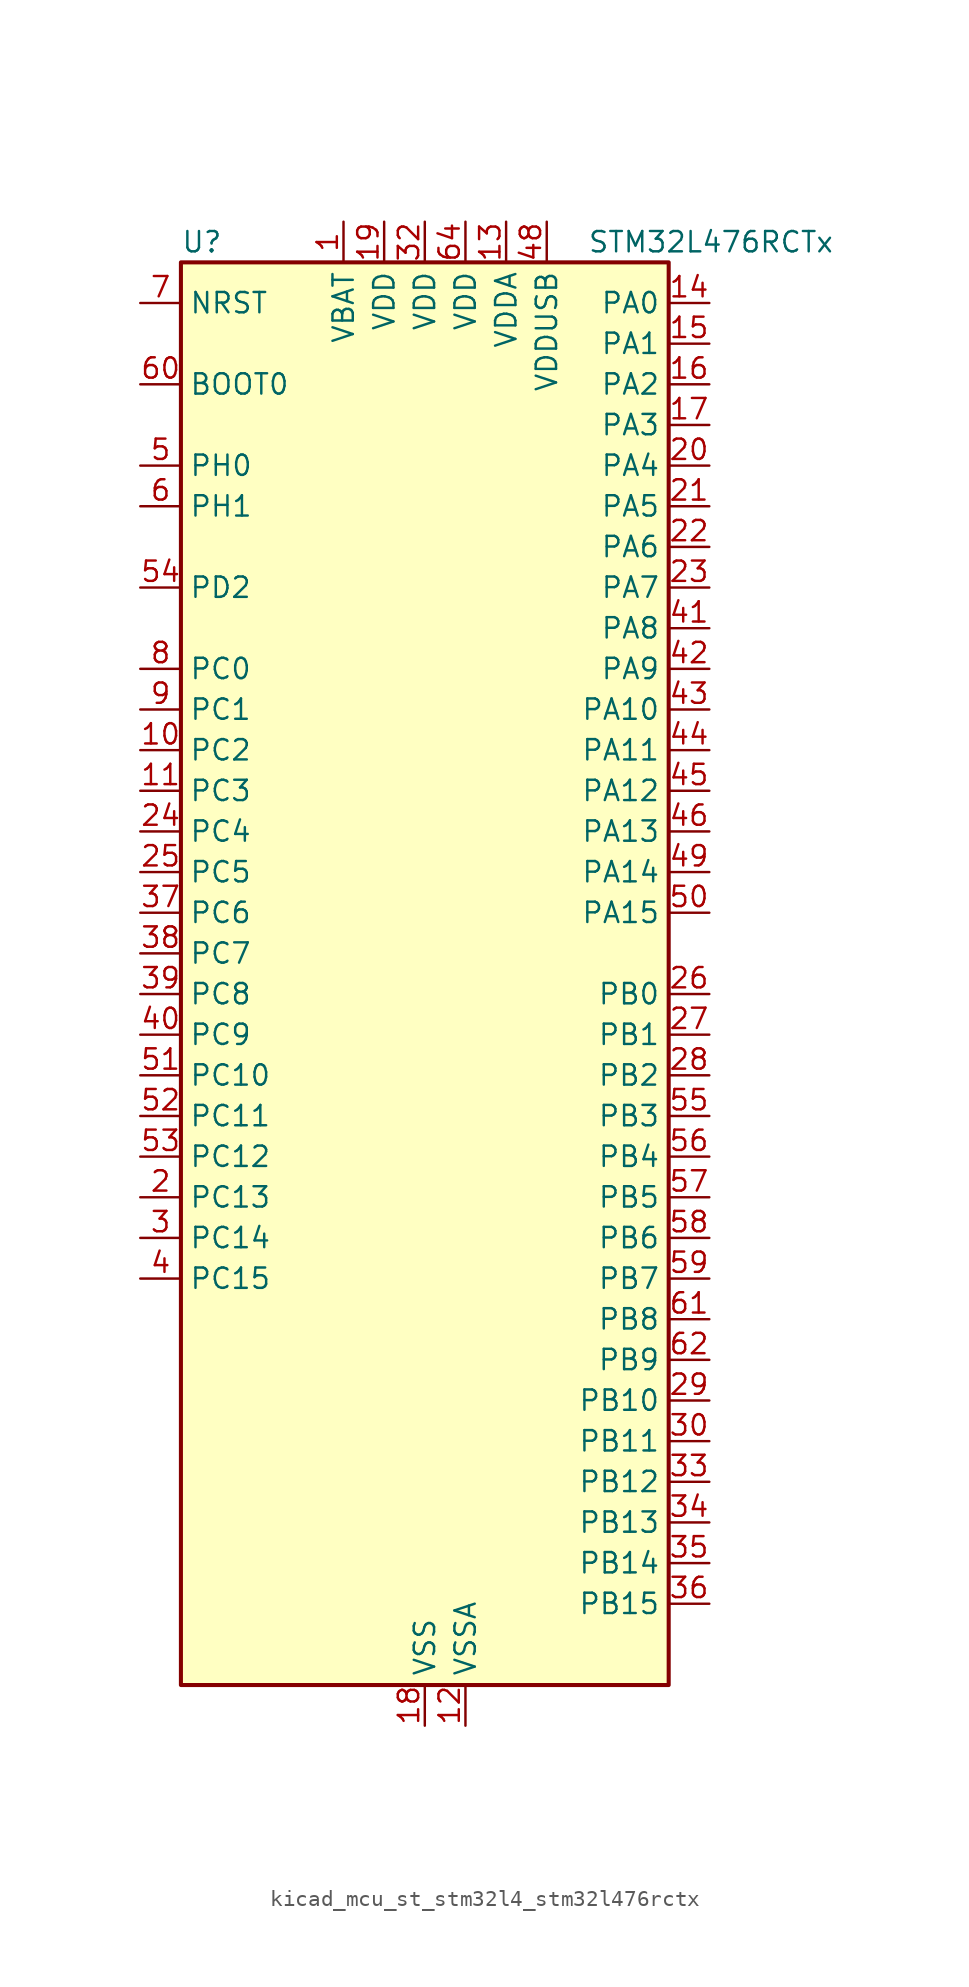
<source format=kicad_sym>
(kicad_symbol_lib
  (version 20220914)
  (generator kicad_symbol_editor)
  (symbol "kicad_mcu_st_stm32l4_stm32l476rctx"
    (property "Reference" "U"
      (at -15.24 46.99 0)
      (effects (font (size 1.27 1.27)) (justify left)))
    (property "Value" "STM32L476RCTx"
      (at 10.16 46.99 0)
      (effects (font (size 1.27 1.27)) (justify left)))
    (property "ki_locked" ""
      (at 0 0 0)
      (effects (font (size 1.27 1.27))))
    (symbol "kicad_mcu_st_stm32l4_stm32l476rctx_0_1"
      (rectangle (start -15.24 -43.18) (end 15.24 45.72) (stroke (width 0.254) (type default)) (fill (type background))))
    (symbol "kicad_mcu_st_stm32l4_stm32l476rctx_1_1"
      (pin power_in line (at -5.08 48.26 270) (length 2.54) (name "VBAT" (effects (font (size 1.27 1.27)))) (number "1" (effects (font (size 1.27 1.27)))))
      (pin bidirectional line (at -17.78 15.24 0) (length 2.54) (name "PC2" (effects (font (size 1.27 1.27)))) (number "10" (effects (font (size 1.27 1.27)))) (alternate "ADC1_IN3" bidirectional line) (alternate "ADC2_IN3" bidirectional line) (alternate "ADC3_IN3" bidirectional line) (alternate "DFSDM1_CKOUT" bidirectional line) (alternate "LCD_SEG20" bidirectional line) (alternate "LPTIM1_IN2" bidirectional line) (alternate "SPI2_MISO" bidirectional line))
      (pin bidirectional line (at -17.78 12.7 0) (length 2.54) (name "PC3" (effects (font (size 1.27 1.27)))) (number "11" (effects (font (size 1.27 1.27)))) (alternate "ADC1_IN4" bidirectional line) (alternate "ADC2_IN4" bidirectional line) (alternate "ADC3_IN4" bidirectional line) (alternate "LCD_VLCD" bidirectional line) (alternate "LPTIM1_ETR" bidirectional line) (alternate "LPTIM2_ETR" bidirectional line) (alternate "SAI1_SD_A" bidirectional line) (alternate "SPI2_MOSI" bidirectional line))
      (pin power_in line (at 2.54 -45.72 90) (length 2.54) (name "VSSA" (effects (font (size 1.27 1.27)))) (number "12" (effects (font (size 1.27 1.27)))))
      (pin power_in line (at 5.08 48.26 270) (length 2.54) (name "VDDA" (effects (font (size 1.27 1.27)))) (number "13" (effects (font (size 1.27 1.27)))))
      (pin bidirectional line (at 17.78 43.18 180) (length 2.54) (name "PA0" (effects (font (size 1.27 1.27)))) (number "14" (effects (font (size 1.27 1.27)))) (alternate "ADC1_IN5" bidirectional line) (alternate "ADC2_IN5" bidirectional line) (alternate "OPAMP1_VINP" bidirectional line) (alternate "RTC_TAMP2" bidirectional line) (alternate "SAI1_EXTCLK" bidirectional line) (alternate "SYS_WKUP1" bidirectional line) (alternate "TIM2_CH1" bidirectional line) (alternate "TIM2_ETR" bidirectional line) (alternate "TIM5_CH1" bidirectional line) (alternate "TIM8_ETR" bidirectional line) (alternate "UART4_TX" bidirectional line) (alternate "USART2_CTS" bidirectional line))
      (pin bidirectional line (at 17.78 40.64 180) (length 2.54) (name "PA1" (effects (font (size 1.27 1.27)))) (number "15" (effects (font (size 1.27 1.27)))) (alternate "ADC1_IN6" bidirectional line) (alternate "ADC2_IN6" bidirectional line) (alternate "LCD_SEG0" bidirectional line) (alternate "OPAMP1_VINM" bidirectional line) (alternate "TIM15_CH1N" bidirectional line) (alternate "TIM2_CH2" bidirectional line) (alternate "TIM5_CH2" bidirectional line) (alternate "UART4_RX" bidirectional line) (alternate "USART2_DE" bidirectional line) (alternate "USART2_RTS" bidirectional line))
      (pin bidirectional line (at 17.78 38.1 180) (length 2.54) (name "PA2" (effects (font (size 1.27 1.27)))) (number "16" (effects (font (size 1.27 1.27)))) (alternate "ADC1_IN7" bidirectional line) (alternate "ADC2_IN7" bidirectional line) (alternate "LCD_SEG1" bidirectional line) (alternate "RCC_LSCO" bidirectional line) (alternate "SAI2_EXTCLK" bidirectional line) (alternate "SYS_WKUP4" bidirectional line) (alternate "TIM15_CH1" bidirectional line) (alternate "TIM2_CH3" bidirectional line) (alternate "TIM5_CH3" bidirectional line) (alternate "USART2_TX" bidirectional line))
      (pin bidirectional line (at 17.78 35.56 180) (length 2.54) (name "PA3" (effects (font (size 1.27 1.27)))) (number "17" (effects (font (size 1.27 1.27)))) (alternate "ADC1_IN8" bidirectional line) (alternate "ADC2_IN8" bidirectional line) (alternate "LCD_SEG2" bidirectional line) (alternate "OPAMP1_VOUT" bidirectional line) (alternate "TIM15_CH2" bidirectional line) (alternate "TIM2_CH4" bidirectional line) (alternate "TIM5_CH4" bidirectional line) (alternate "USART2_RX" bidirectional line))
      (pin power_in line (at 0 -45.72 90) (length 2.54) (name "VSS" (effects (font (size 1.27 1.27)))) (number "18" (effects (font (size 1.27 1.27)))))
      (pin power_in line (at -2.54 48.26 270) (length 2.54) (name "VDD" (effects (font (size 1.27 1.27)))) (number "19" (effects (font (size 1.27 1.27)))))
      (pin bidirectional line (at -17.78 -12.7 0) (length 2.54) (name "PC13" (effects (font (size 1.27 1.27)))) (number "2" (effects (font (size 1.27 1.27)))) (alternate "RTC_OUT_ALARM" bidirectional line) (alternate "RTC_OUT_CALIB" bidirectional line) (alternate "RTC_TAMP1" bidirectional line) (alternate "RTC_TS" bidirectional line) (alternate "SYS_WKUP2" bidirectional line))
      (pin bidirectional line (at 17.78 33.02 180) (length 2.54) (name "PA4" (effects (font (size 1.27 1.27)))) (number "20" (effects (font (size 1.27 1.27)))) (alternate "ADC1_IN9" bidirectional line) (alternate "ADC2_IN9" bidirectional line) (alternate "DAC1_OUT1" bidirectional line) (alternate "LPTIM2_OUT" bidirectional line) (alternate "SAI1_FS_B" bidirectional line) (alternate "SPI1_NSS" bidirectional line) (alternate "SPI3_NSS" bidirectional line) (alternate "USART2_CK" bidirectional line))
      (pin bidirectional line (at 17.78 30.48 180) (length 2.54) (name "PA5" (effects (font (size 1.27 1.27)))) (number "21" (effects (font (size 1.27 1.27)))) (alternate "ADC1_IN10" bidirectional line) (alternate "ADC2_IN10" bidirectional line) (alternate "DAC1_OUT2" bidirectional line) (alternate "LPTIM2_ETR" bidirectional line) (alternate "SPI1_SCK" bidirectional line) (alternate "TIM2_CH1" bidirectional line) (alternate "TIM2_ETR" bidirectional line) (alternate "TIM8_CH1N" bidirectional line))
      (pin bidirectional line (at 17.78 27.94 180) (length 2.54) (name "PA6" (effects (font (size 1.27 1.27)))) (number "22" (effects (font (size 1.27 1.27)))) (alternate "ADC1_IN11" bidirectional line) (alternate "ADC2_IN11" bidirectional line) (alternate "LCD_SEG3" bidirectional line) (alternate "OPAMP2_VINP" bidirectional line) (alternate "QUADSPI_BK1_IO3" bidirectional line) (alternate "SPI1_MISO" bidirectional line) (alternate "TIM16_CH1" bidirectional line) (alternate "TIM1_BKIN" bidirectional line) (alternate "TIM1_BKIN_COMP2" bidirectional line) (alternate "TIM3_CH1" bidirectional line) (alternate "TIM8_BKIN" bidirectional line) (alternate "TIM8_BKIN_COMP2" bidirectional line) (alternate "USART3_CTS" bidirectional line))
      (pin bidirectional line (at 17.78 25.4 180) (length 2.54) (name "PA7" (effects (font (size 1.27 1.27)))) (number "23" (effects (font (size 1.27 1.27)))) (alternate "ADC1_IN12" bidirectional line) (alternate "ADC2_IN12" bidirectional line) (alternate "LCD_SEG4" bidirectional line) (alternate "OPAMP2_VINM" bidirectional line) (alternate "QUADSPI_BK1_IO2" bidirectional line) (alternate "SPI1_MOSI" bidirectional line) (alternate "TIM17_CH1" bidirectional line) (alternate "TIM1_CH1N" bidirectional line) (alternate "TIM3_CH2" bidirectional line) (alternate "TIM8_CH1N" bidirectional line))
      (pin bidirectional line (at -17.78 10.16 0) (length 2.54) (name "PC4" (effects (font (size 1.27 1.27)))) (number "24" (effects (font (size 1.27 1.27)))) (alternate "ADC1_IN13" bidirectional line) (alternate "ADC2_IN13" bidirectional line) (alternate "COMP1_INM" bidirectional line) (alternate "LCD_SEG22" bidirectional line) (alternate "USART3_TX" bidirectional line))
      (pin bidirectional line (at -17.78 7.62 0) (length 2.54) (name "PC5" (effects (font (size 1.27 1.27)))) (number "25" (effects (font (size 1.27 1.27)))) (alternate "ADC1_IN14" bidirectional line) (alternate "ADC2_IN14" bidirectional line) (alternate "COMP1_INP" bidirectional line) (alternate "LCD_SEG23" bidirectional line) (alternate "SYS_WKUP5" bidirectional line) (alternate "USART3_RX" bidirectional line))
      (pin bidirectional line (at 17.78 0 180) (length 2.54) (name "PB0" (effects (font (size 1.27 1.27)))) (number "26" (effects (font (size 1.27 1.27)))) (alternate "ADC1_IN15" bidirectional line) (alternate "ADC2_IN15" bidirectional line) (alternate "COMP1_OUT" bidirectional line) (alternate "LCD_SEG5" bidirectional line) (alternate "OPAMP2_VOUT" bidirectional line) (alternate "QUADSPI_BK1_IO1" bidirectional line) (alternate "TIM1_CH2N" bidirectional line) (alternate "TIM3_CH3" bidirectional line) (alternate "TIM8_CH2N" bidirectional line) (alternate "USART3_CK" bidirectional line))
      (pin bidirectional line (at 17.78 -2.54 180) (length 2.54) (name "PB1" (effects (font (size 1.27 1.27)))) (number "27" (effects (font (size 1.27 1.27)))) (alternate "ADC1_IN16" bidirectional line) (alternate "ADC2_IN16" bidirectional line) (alternate "COMP1_INM" bidirectional line) (alternate "DFSDM1_DATIN0" bidirectional line) (alternate "LCD_SEG6" bidirectional line) (alternate "LPTIM2_IN1" bidirectional line) (alternate "QUADSPI_BK1_IO0" bidirectional line) (alternate "TIM1_CH3N" bidirectional line) (alternate "TIM3_CH4" bidirectional line) (alternate "TIM8_CH3N" bidirectional line) (alternate "USART3_DE" bidirectional line) (alternate "USART3_RTS" bidirectional line))
      (pin bidirectional line (at 17.78 -5.08 180) (length 2.54) (name "PB2" (effects (font (size 1.27 1.27)))) (number "28" (effects (font (size 1.27 1.27)))) (alternate "COMP1_INP" bidirectional line) (alternate "DFSDM1_CKIN0" bidirectional line) (alternate "I2C3_SMBA" bidirectional line) (alternate "LPTIM1_OUT" bidirectional line) (alternate "RTC_OUT_ALARM" bidirectional line) (alternate "RTC_OUT_CALIB" bidirectional line))
      (pin bidirectional line (at 17.78 -25.4 180) (length 2.54) (name "PB10" (effects (font (size 1.27 1.27)))) (number "29" (effects (font (size 1.27 1.27)))) (alternate "COMP1_OUT" bidirectional line) (alternate "DFSDM1_DATIN7" bidirectional line) (alternate "I2C2_SCL" bidirectional line) (alternate "LCD_SEG10" bidirectional line) (alternate "LPUART1_RX" bidirectional line) (alternate "QUADSPI_CLK" bidirectional line) (alternate "SAI1_SCK_A" bidirectional line) (alternate "SPI2_SCK" bidirectional line) (alternate "TIM2_CH3" bidirectional line) (alternate "USART3_TX" bidirectional line))
      (pin bidirectional line (at -17.78 -15.24 0) (length 2.54) (name "PC14" (effects (font (size 1.27 1.27)))) (number "3" (effects (font (size 1.27 1.27)))) (alternate "RCC_OSC32_IN" bidirectional line))
      (pin bidirectional line (at 17.78 -27.94 180) (length 2.54) (name "PB11" (effects (font (size 1.27 1.27)))) (number "30" (effects (font (size 1.27 1.27)))) (alternate "ADC1_EXTI11" bidirectional line) (alternate "ADC2_EXTI11" bidirectional line) (alternate "ADC3_EXTI11" bidirectional line) (alternate "COMP2_OUT" bidirectional line) (alternate "DFSDM1_CKIN7" bidirectional line) (alternate "I2C2_SDA" bidirectional line) (alternate "LCD_SEG11" bidirectional line) (alternate "LPUART1_TX" bidirectional line) (alternate "QUADSPI_NCS" bidirectional line) (alternate "TIM2_CH4" bidirectional line) (alternate "USART3_RX" bidirectional line))
      (pin passive line (at 0 -45.72 90) (length 2.54) hide (name "VSS" (effects (font (size 1.27 1.27)))) (number "31" (effects (font (size 1.27 1.27)))))
      (pin power_in line (at 0 48.26 270) (length 2.54) (name "VDD" (effects (font (size 1.27 1.27)))) (number "32" (effects (font (size 1.27 1.27)))))
      (pin bidirectional line (at 17.78 -30.48 180) (length 2.54) (name "PB12" (effects (font (size 1.27 1.27)))) (number "33" (effects (font (size 1.27 1.27)))) (alternate "DFSDM1_DATIN1" bidirectional line) (alternate "I2C2_SMBA" bidirectional line) (alternate "LCD_SEG12" bidirectional line) (alternate "LPUART1_DE" bidirectional line) (alternate "LPUART1_RTS" bidirectional line) (alternate "SAI2_FS_A" bidirectional line) (alternate "SPI2_NSS" bidirectional line) (alternate "SWPMI1_IO" bidirectional line) (alternate "TIM15_BKIN" bidirectional line) (alternate "TIM1_BKIN" bidirectional line) (alternate "TIM1_BKIN_COMP2" bidirectional line) (alternate "TSC_G1_IO1" bidirectional line) (alternate "USART3_CK" bidirectional line))
      (pin bidirectional line (at 17.78 -33.02 180) (length 2.54) (name "PB13" (effects (font (size 1.27 1.27)))) (number "34" (effects (font (size 1.27 1.27)))) (alternate "DFSDM1_CKIN1" bidirectional line) (alternate "I2C2_SCL" bidirectional line) (alternate "LCD_SEG13" bidirectional line) (alternate "LPUART1_CTS" bidirectional line) (alternate "SAI2_SCK_A" bidirectional line) (alternate "SPI2_SCK" bidirectional line) (alternate "SWPMI1_TX" bidirectional line) (alternate "TIM15_CH1N" bidirectional line) (alternate "TIM1_CH1N" bidirectional line) (alternate "TSC_G1_IO2" bidirectional line) (alternate "USART3_CTS" bidirectional line))
      (pin bidirectional line (at 17.78 -35.56 180) (length 2.54) (name "PB14" (effects (font (size 1.27 1.27)))) (number "35" (effects (font (size 1.27 1.27)))) (alternate "DFSDM1_DATIN2" bidirectional line) (alternate "I2C2_SDA" bidirectional line) (alternate "LCD_SEG14" bidirectional line) (alternate "SAI2_MCLK_A" bidirectional line) (alternate "SPI2_MISO" bidirectional line) (alternate "SWPMI1_RX" bidirectional line) (alternate "TIM15_CH1" bidirectional line) (alternate "TIM1_CH2N" bidirectional line) (alternate "TIM8_CH2N" bidirectional line) (alternate "TSC_G1_IO3" bidirectional line) (alternate "USART3_DE" bidirectional line) (alternate "USART3_RTS" bidirectional line))
      (pin bidirectional line (at 17.78 -38.1 180) (length 2.54) (name "PB15" (effects (font (size 1.27 1.27)))) (number "36" (effects (font (size 1.27 1.27)))) (alternate "ADC1_EXTI15" bidirectional line) (alternate "ADC2_EXTI15" bidirectional line) (alternate "ADC3_EXTI15" bidirectional line) (alternate "DFSDM1_CKIN2" bidirectional line) (alternate "LCD_SEG15" bidirectional line) (alternate "RTC_REFIN" bidirectional line) (alternate "SAI2_SD_A" bidirectional line) (alternate "SPI2_MOSI" bidirectional line) (alternate "SWPMI1_SUSPEND" bidirectional line) (alternate "TIM15_CH2" bidirectional line) (alternate "TIM1_CH3N" bidirectional line) (alternate "TIM8_CH3N" bidirectional line) (alternate "TSC_G1_IO4" bidirectional line))
      (pin bidirectional line (at -17.78 5.08 0) (length 2.54) (name "PC6" (effects (font (size 1.27 1.27)))) (number "37" (effects (font (size 1.27 1.27)))) (alternate "DFSDM1_CKIN3" bidirectional line) (alternate "LCD_SEG24" bidirectional line) (alternate "SAI2_MCLK_A" bidirectional line) (alternate "SDMMC1_D6" bidirectional line) (alternate "TIM3_CH1" bidirectional line) (alternate "TIM8_CH1" bidirectional line) (alternate "TSC_G4_IO1" bidirectional line))
      (pin bidirectional line (at -17.78 2.54 0) (length 2.54) (name "PC7" (effects (font (size 1.27 1.27)))) (number "38" (effects (font (size 1.27 1.27)))) (alternate "DFSDM1_DATIN3" bidirectional line) (alternate "LCD_SEG25" bidirectional line) (alternate "SAI2_MCLK_B" bidirectional line) (alternate "SDMMC1_D7" bidirectional line) (alternate "TIM3_CH2" bidirectional line) (alternate "TIM8_CH2" bidirectional line) (alternate "TSC_G4_IO2" bidirectional line))
      (pin bidirectional line (at -17.78 0 0) (length 2.54) (name "PC8" (effects (font (size 1.27 1.27)))) (number "39" (effects (font (size 1.27 1.27)))) (alternate "LCD_SEG26" bidirectional line) (alternate "SDMMC1_D0" bidirectional line) (alternate "TIM3_CH3" bidirectional line) (alternate "TIM8_CH3" bidirectional line) (alternate "TSC_G4_IO3" bidirectional line))
      (pin bidirectional line (at -17.78 -17.78 0) (length 2.54) (name "PC15" (effects (font (size 1.27 1.27)))) (number "4" (effects (font (size 1.27 1.27)))) (alternate "ADC1_EXTI15" bidirectional line) (alternate "ADC2_EXTI15" bidirectional line) (alternate "ADC3_EXTI15" bidirectional line) (alternate "RCC_OSC32_OUT" bidirectional line))
      (pin bidirectional line (at -17.78 -2.54 0) (length 2.54) (name "PC9" (effects (font (size 1.27 1.27)))) (number "40" (effects (font (size 1.27 1.27)))) (alternate "DAC1_EXTI9" bidirectional line) (alternate "LCD_SEG27" bidirectional line) (alternate "SAI2_EXTCLK" bidirectional line) (alternate "SDMMC1_D1" bidirectional line) (alternate "TIM3_CH4" bidirectional line) (alternate "TIM8_BKIN2" bidirectional line) (alternate "TIM8_BKIN2_COMP1" bidirectional line) (alternate "TIM8_CH4" bidirectional line) (alternate "TSC_G4_IO4" bidirectional line) (alternate "USB_OTG_FS_NOE" bidirectional line))
      (pin bidirectional line (at 17.78 22.86 180) (length 2.54) (name "PA8" (effects (font (size 1.27 1.27)))) (number "41" (effects (font (size 1.27 1.27)))) (alternate "LCD_COM0" bidirectional line) (alternate "LPTIM2_OUT" bidirectional line) (alternate "RCC_MCO" bidirectional line) (alternate "TIM1_CH1" bidirectional line) (alternate "USART1_CK" bidirectional line) (alternate "USB_OTG_FS_SOF" bidirectional line))
      (pin bidirectional line (at 17.78 20.32 180) (length 2.54) (name "PA9" (effects (font (size 1.27 1.27)))) (number "42" (effects (font (size 1.27 1.27)))) (alternate "DAC1_EXTI9" bidirectional line) (alternate "LCD_COM1" bidirectional line) (alternate "TIM15_BKIN" bidirectional line) (alternate "TIM1_CH2" bidirectional line) (alternate "USART1_TX" bidirectional line) (alternate "USB_OTG_FS_VBUS" bidirectional line))
      (pin bidirectional line (at 17.78 17.78 180) (length 2.54) (name "PA10" (effects (font (size 1.27 1.27)))) (number "43" (effects (font (size 1.27 1.27)))) (alternate "LCD_COM2" bidirectional line) (alternate "TIM17_BKIN" bidirectional line) (alternate "TIM1_CH3" bidirectional line) (alternate "USART1_RX" bidirectional line) (alternate "USB_OTG_FS_ID" bidirectional line))
      (pin bidirectional line (at 17.78 15.24 180) (length 2.54) (name "PA11" (effects (font (size 1.27 1.27)))) (number "44" (effects (font (size 1.27 1.27)))) (alternate "ADC1_EXTI11" bidirectional line) (alternate "ADC2_EXTI11" bidirectional line) (alternate "ADC3_EXTI11" bidirectional line) (alternate "CAN1_RX" bidirectional line) (alternate "TIM1_BKIN2" bidirectional line) (alternate "TIM1_BKIN2_COMP1" bidirectional line) (alternate "TIM1_CH4" bidirectional line) (alternate "USART1_CTS" bidirectional line) (alternate "USB_OTG_FS_DM" bidirectional line))
      (pin bidirectional line (at 17.78 12.7 180) (length 2.54) (name "PA12" (effects (font (size 1.27 1.27)))) (number "45" (effects (font (size 1.27 1.27)))) (alternate "CAN1_TX" bidirectional line) (alternate "TIM1_ETR" bidirectional line) (alternate "USART1_DE" bidirectional line) (alternate "USART1_RTS" bidirectional line) (alternate "USB_OTG_FS_DP" bidirectional line))
      (pin bidirectional line (at 17.78 10.16 180) (length 2.54) (name "PA13" (effects (font (size 1.27 1.27)))) (number "46" (effects (font (size 1.27 1.27)))) (alternate "IR_OUT" bidirectional line) (alternate "SYS_JTMS-SWDIO" bidirectional line) (alternate "USB_OTG_FS_NOE" bidirectional line))
      (pin passive line (at 0 -45.72 90) (length 2.54) hide (name "VSS" (effects (font (size 1.27 1.27)))) (number "47" (effects (font (size 1.27 1.27)))))
      (pin power_in line (at 7.62 48.26 270) (length 2.54) (name "VDDUSB" (effects (font (size 1.27 1.27)))) (number "48" (effects (font (size 1.27 1.27)))))
      (pin bidirectional line (at 17.78 7.62 180) (length 2.54) (name "PA14" (effects (font (size 1.27 1.27)))) (number "49" (effects (font (size 1.27 1.27)))) (alternate "SYS_JTCK-SWCLK" bidirectional line))
      (pin bidirectional line (at -17.78 33.02 0) (length 2.54) (name "PH0" (effects (font (size 1.27 1.27)))) (number "5" (effects (font (size 1.27 1.27)))) (alternate "RCC_OSC_IN" bidirectional line))
      (pin bidirectional line (at 17.78 5.08 180) (length 2.54) (name "PA15" (effects (font (size 1.27 1.27)))) (number "50" (effects (font (size 1.27 1.27)))) (alternate "ADC1_EXTI15" bidirectional line) (alternate "ADC2_EXTI15" bidirectional line) (alternate "ADC3_EXTI15" bidirectional line) (alternate "LCD_SEG17" bidirectional line) (alternate "SAI2_FS_B" bidirectional line) (alternate "SPI1_NSS" bidirectional line) (alternate "SPI3_NSS" bidirectional line) (alternate "SYS_JTDI" bidirectional line) (alternate "TIM2_CH1" bidirectional line) (alternate "TIM2_ETR" bidirectional line) (alternate "TSC_G3_IO1" bidirectional line) (alternate "UART4_DE" bidirectional line) (alternate "UART4_RTS" bidirectional line))
      (pin bidirectional line (at -17.78 -5.08 0) (length 2.54) (name "PC10" (effects (font (size 1.27 1.27)))) (number "51" (effects (font (size 1.27 1.27)))) (alternate "LCD_COM4" bidirectional line) (alternate "LCD_SEG28" bidirectional line) (alternate "LCD_SEG40" bidirectional line) (alternate "SAI2_SCK_B" bidirectional line) (alternate "SDMMC1_D2" bidirectional line) (alternate "SPI3_SCK" bidirectional line) (alternate "TSC_G3_IO2" bidirectional line) (alternate "UART4_TX" bidirectional line) (alternate "USART3_TX" bidirectional line))
      (pin bidirectional line (at -17.78 -7.62 0) (length 2.54) (name "PC11" (effects (font (size 1.27 1.27)))) (number "52" (effects (font (size 1.27 1.27)))) (alternate "ADC1_EXTI11" bidirectional line) (alternate "ADC2_EXTI11" bidirectional line) (alternate "ADC3_EXTI11" bidirectional line) (alternate "LCD_COM5" bidirectional line) (alternate "LCD_SEG29" bidirectional line) (alternate "LCD_SEG41" bidirectional line) (alternate "SAI2_MCLK_B" bidirectional line) (alternate "SDMMC1_D3" bidirectional line) (alternate "SPI3_MISO" bidirectional line) (alternate "TSC_G3_IO3" bidirectional line) (alternate "UART4_RX" bidirectional line) (alternate "USART3_RX" bidirectional line))
      (pin bidirectional line (at -17.78 -10.16 0) (length 2.54) (name "PC12" (effects (font (size 1.27 1.27)))) (number "53" (effects (font (size 1.27 1.27)))) (alternate "LCD_COM6" bidirectional line) (alternate "LCD_SEG30" bidirectional line) (alternate "LCD_SEG42" bidirectional line) (alternate "SAI2_SD_B" bidirectional line) (alternate "SDMMC1_CK" bidirectional line) (alternate "SPI3_MOSI" bidirectional line) (alternate "TSC_G3_IO4" bidirectional line) (alternate "UART5_TX" bidirectional line) (alternate "USART3_CK" bidirectional line))
      (pin bidirectional line (at -17.78 25.4 0) (length 2.54) (name "PD2" (effects (font (size 1.27 1.27)))) (number "54" (effects (font (size 1.27 1.27)))) (alternate "LCD_COM7" bidirectional line) (alternate "LCD_SEG31" bidirectional line) (alternate "LCD_SEG43" bidirectional line) (alternate "SDMMC1_CMD" bidirectional line) (alternate "TIM3_ETR" bidirectional line) (alternate "TSC_SYNC" bidirectional line) (alternate "UART5_RX" bidirectional line) (alternate "USART3_DE" bidirectional line) (alternate "USART3_RTS" bidirectional line))
      (pin bidirectional line (at 17.78 -7.62 180) (length 2.54) (name "PB3" (effects (font (size 1.27 1.27)))) (number "55" (effects (font (size 1.27 1.27)))) (alternate "COMP2_INM" bidirectional line) (alternate "LCD_SEG7" bidirectional line) (alternate "SAI1_SCK_B" bidirectional line) (alternate "SPI1_SCK" bidirectional line) (alternate "SPI3_SCK" bidirectional line) (alternate "SYS_JTDO-SWO" bidirectional line) (alternate "TIM2_CH2" bidirectional line) (alternate "USART1_DE" bidirectional line) (alternate "USART1_RTS" bidirectional line))
      (pin bidirectional line (at 17.78 -10.16 180) (length 2.54) (name "PB4" (effects (font (size 1.27 1.27)))) (number "56" (effects (font (size 1.27 1.27)))) (alternate "COMP2_INP" bidirectional line) (alternate "LCD_SEG8" bidirectional line) (alternate "SAI1_MCLK_B" bidirectional line) (alternate "SPI1_MISO" bidirectional line) (alternate "SPI3_MISO" bidirectional line) (alternate "SYS_JTRST" bidirectional line) (alternate "TIM17_BKIN" bidirectional line) (alternate "TIM3_CH1" bidirectional line) (alternate "TSC_G2_IO1" bidirectional line) (alternate "UART5_DE" bidirectional line) (alternate "UART5_RTS" bidirectional line) (alternate "USART1_CTS" bidirectional line))
      (pin bidirectional line (at 17.78 -12.7 180) (length 2.54) (name "PB5" (effects (font (size 1.27 1.27)))) (number "57" (effects (font (size 1.27 1.27)))) (alternate "COMP2_OUT" bidirectional line) (alternate "I2C1_SMBA" bidirectional line) (alternate "LCD_SEG9" bidirectional line) (alternate "LPTIM1_IN1" bidirectional line) (alternate "SAI1_SD_B" bidirectional line) (alternate "SPI1_MOSI" bidirectional line) (alternate "SPI3_MOSI" bidirectional line) (alternate "TIM16_BKIN" bidirectional line) (alternate "TIM3_CH2" bidirectional line) (alternate "TSC_G2_IO2" bidirectional line) (alternate "UART5_CTS" bidirectional line) (alternate "USART1_CK" bidirectional line))
      (pin bidirectional line (at 17.78 -15.24 180) (length 2.54) (name "PB6" (effects (font (size 1.27 1.27)))) (number "58" (effects (font (size 1.27 1.27)))) (alternate "COMP2_INP" bidirectional line) (alternate "DFSDM1_DATIN5" bidirectional line) (alternate "I2C1_SCL" bidirectional line) (alternate "LPTIM1_ETR" bidirectional line) (alternate "SAI1_FS_B" bidirectional line) (alternate "TIM16_CH1N" bidirectional line) (alternate "TIM4_CH1" bidirectional line) (alternate "TIM8_BKIN2" bidirectional line) (alternate "TIM8_BKIN2_COMP2" bidirectional line) (alternate "TSC_G2_IO3" bidirectional line) (alternate "USART1_TX" bidirectional line))
      (pin bidirectional line (at 17.78 -17.78 180) (length 2.54) (name "PB7" (effects (font (size 1.27 1.27)))) (number "59" (effects (font (size 1.27 1.27)))) (alternate "COMP2_INM" bidirectional line) (alternate "DFSDM1_CKIN5" bidirectional line) (alternate "I2C1_SDA" bidirectional line) (alternate "LCD_SEG21" bidirectional line) (alternate "LPTIM1_IN2" bidirectional line) (alternate "SYS_PVD_IN" bidirectional line) (alternate "TIM17_CH1N" bidirectional line) (alternate "TIM4_CH2" bidirectional line) (alternate "TIM8_BKIN" bidirectional line) (alternate "TIM8_BKIN_COMP1" bidirectional line) (alternate "TSC_G2_IO4" bidirectional line) (alternate "UART4_CTS" bidirectional line) (alternate "USART1_RX" bidirectional line))
      (pin bidirectional line (at -17.78 30.48 0) (length 2.54) (name "PH1" (effects (font (size 1.27 1.27)))) (number "6" (effects (font (size 1.27 1.27)))) (alternate "RCC_OSC_OUT" bidirectional line))
      (pin input line (at -17.78 38.1 0) (length 2.54) (name "BOOT0" (effects (font (size 1.27 1.27)))) (number "60" (effects (font (size 1.27 1.27)))))
      (pin bidirectional line (at 17.78 -20.32 180) (length 2.54) (name "PB8" (effects (font (size 1.27 1.27)))) (number "61" (effects (font (size 1.27 1.27)))) (alternate "CAN1_RX" bidirectional line) (alternate "DFSDM1_DATIN6" bidirectional line) (alternate "I2C1_SCL" bidirectional line) (alternate "LCD_SEG16" bidirectional line) (alternate "SAI1_MCLK_A" bidirectional line) (alternate "SDMMC1_D4" bidirectional line) (alternate "TIM16_CH1" bidirectional line) (alternate "TIM4_CH3" bidirectional line))
      (pin bidirectional line (at 17.78 -22.86 180) (length 2.54) (name "PB9" (effects (font (size 1.27 1.27)))) (number "62" (effects (font (size 1.27 1.27)))) (alternate "CAN1_TX" bidirectional line) (alternate "DAC1_EXTI9" bidirectional line) (alternate "DFSDM1_CKIN6" bidirectional line) (alternate "I2C1_SDA" bidirectional line) (alternate "IR_OUT" bidirectional line) (alternate "LCD_COM3" bidirectional line) (alternate "SAI1_FS_A" bidirectional line) (alternate "SDMMC1_D5" bidirectional line) (alternate "SPI2_NSS" bidirectional line) (alternate "TIM17_CH1" bidirectional line) (alternate "TIM4_CH4" bidirectional line))
      (pin passive line (at 0 -45.72 90) (length 2.54) hide (name "VSS" (effects (font (size 1.27 1.27)))) (number "63" (effects (font (size 1.27 1.27)))))
      (pin power_in line (at 2.54 48.26 270) (length 2.54) (name "VDD" (effects (font (size 1.27 1.27)))) (number "64" (effects (font (size 1.27 1.27)))))
      (pin input line (at -17.78 43.18 0) (length 2.54) (name "NRST" (effects (font (size 1.27 1.27)))) (number "7" (effects (font (size 1.27 1.27)))))
      (pin bidirectional line (at -17.78 20.32 0) (length 2.54) (name "PC0" (effects (font (size 1.27 1.27)))) (number "8" (effects (font (size 1.27 1.27)))) (alternate "ADC1_IN1" bidirectional line) (alternate "ADC2_IN1" bidirectional line) (alternate "ADC3_IN1" bidirectional line) (alternate "DFSDM1_DATIN4" bidirectional line) (alternate "I2C3_SCL" bidirectional line) (alternate "LCD_SEG18" bidirectional line) (alternate "LPTIM1_IN1" bidirectional line) (alternate "LPTIM2_IN1" bidirectional line) (alternate "LPUART1_RX" bidirectional line))
      (pin bidirectional line (at -17.78 17.78 0) (length 2.54) (name "PC1" (effects (font (size 1.27 1.27)))) (number "9" (effects (font (size 1.27 1.27)))) (alternate "ADC1_IN2" bidirectional line) (alternate "ADC2_IN2" bidirectional line) (alternate "ADC3_IN2" bidirectional line) (alternate "DFSDM1_CKIN4" bidirectional line) (alternate "I2C3_SDA" bidirectional line) (alternate "LCD_SEG19" bidirectional line) (alternate "LPTIM1_OUT" bidirectional line) (alternate "LPUART1_TX" bidirectional line)))))
</source>
